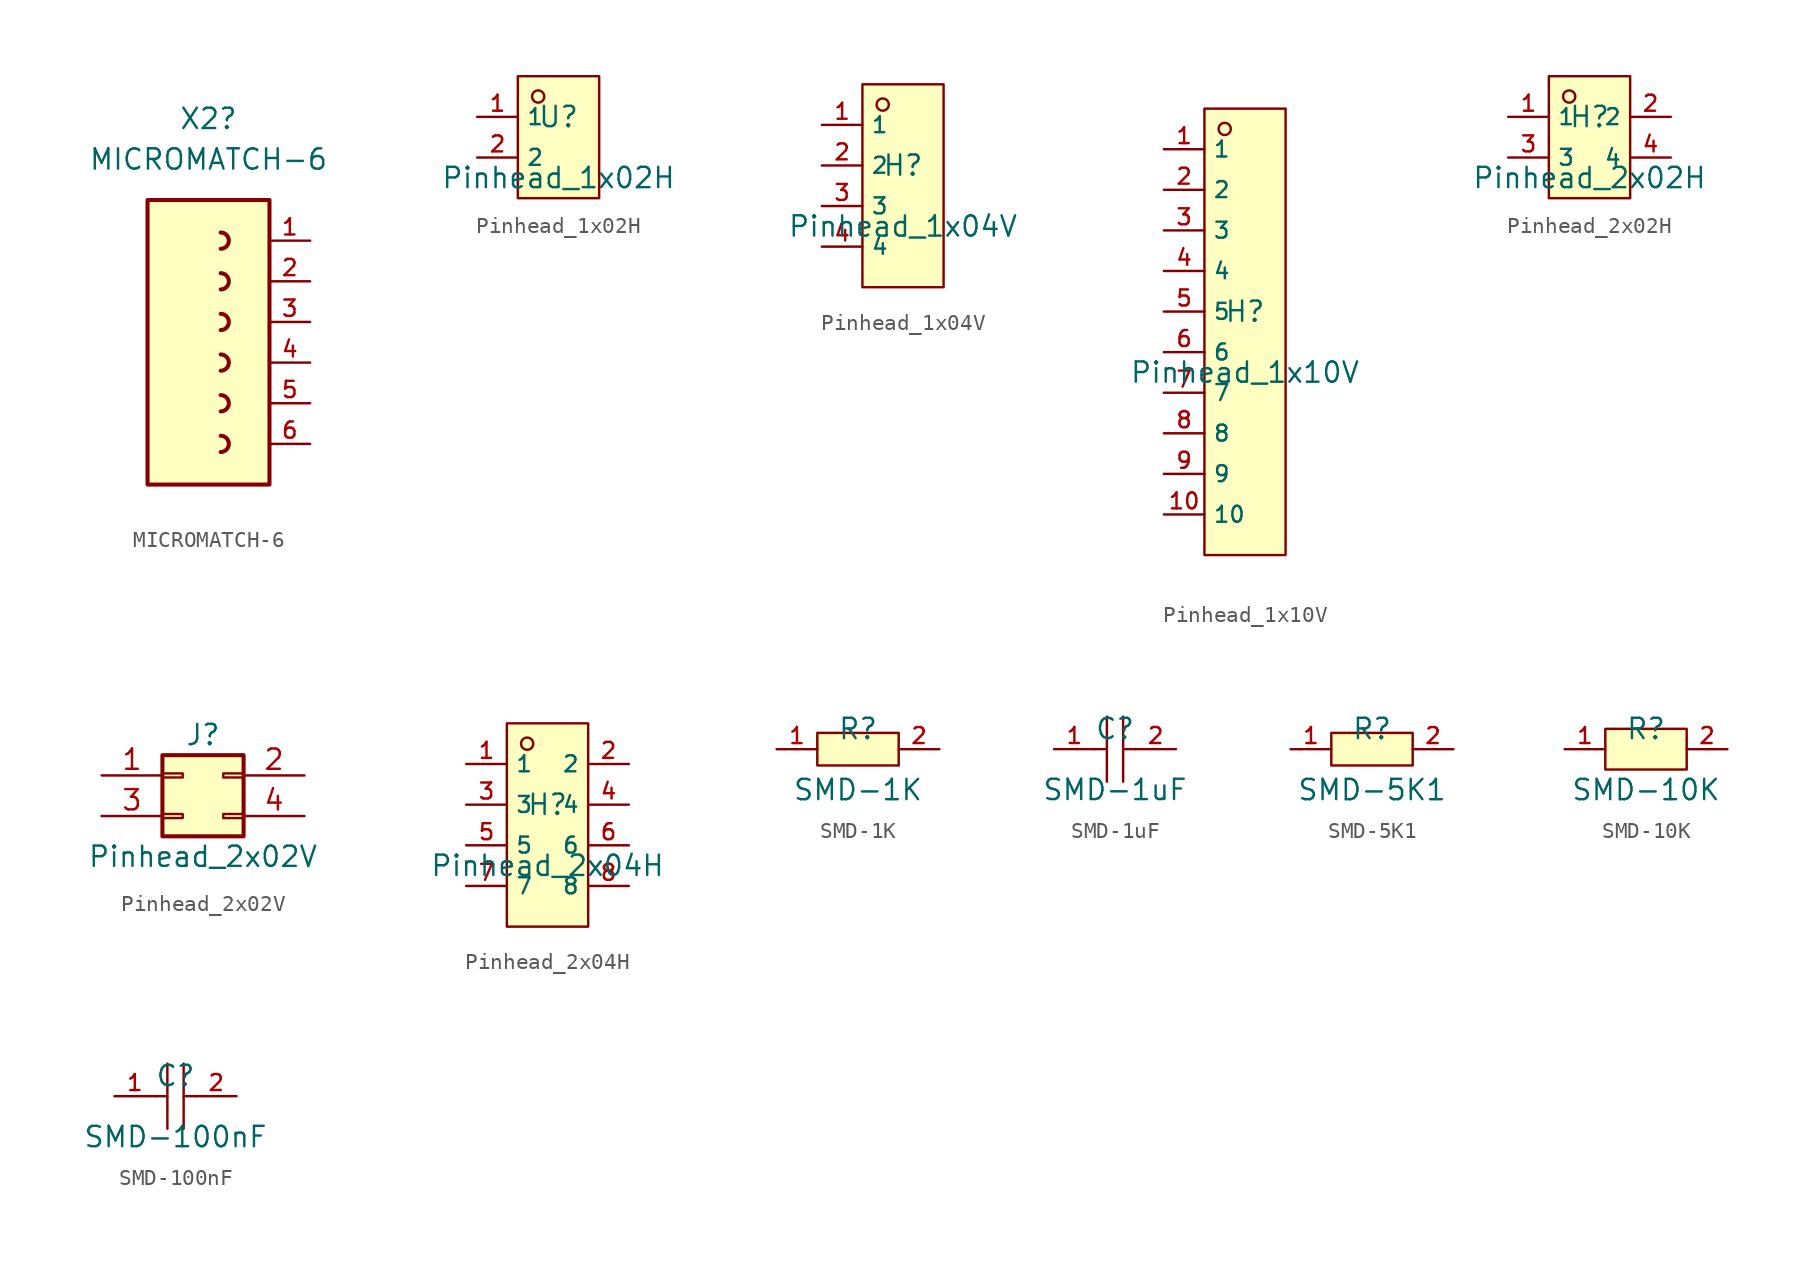
<source format=kicad_sym>
(kicad_symbol_lib
  (version 20220914)
  (generator kicad_symbol_editor)
  (symbol "MICROMATCH-6"
    (pin_names
      (offset 1.016))
    (property "Reference" "X2"
      (at -1.27 10.16 0)
      (effects (font (size 1.27 1.27))))
    (property "Value" "MICROMATCH-6"
      (at -1.27 7.62 0)
      (effects (font (size 1.27 1.27))))
    (symbol "MICROMATCH-6_0_0"
      (rectangle (start -5.08 -12.7) (end 2.54 5.08) (stroke (width 0.254) (type default)) (fill (type background)))
      (arc (start -0.508 -10.668) (mid -0.0022 -10.16) (end -0.508 -9.652) (stroke (width 0.254) (type default)) (fill (type none)))
      (arc (start -0.508 -8.128) (mid -0.0022 -7.62) (end -0.508 -7.112) (stroke (width 0.254) (type default)) (fill (type none)))
      (arc (start -0.508 -5.588) (mid -0.0022 -5.08) (end -0.508 -4.572) (stroke (width 0.254) (type default)) (fill (type none)))
      (arc (start -0.508 -3.048) (mid -0.0022 -2.54) (end -0.508 -2.032) (stroke (width 0.254) (type default)) (fill (type none)))
      (arc (start -0.508 -0.508) (mid -0.0022 0) (end -0.508 0.508) (stroke (width 0.254) (type default)) (fill (type none)))
      (arc (start -0.508 2.032) (mid -0.0022 2.54) (end -0.508 3.048) (stroke (width 0.254) (type default)) (fill (type none)))
      (pin bidirectional line (at 5.08 0 180) (length 2.54) (name "~" (effects (font (size 1.016 1.016)))) (number "2" (effects (font (size 1.016 1.016)))))
      (pin bidirectional line (at 5.08 -2.54 180) (length 2.54) (name "~" (effects (font (size 1.016 1.016)))) (number "3" (effects (font (size 1.016 1.016)))))
      (pin bidirectional line (at 5.08 -5.08 180) (length 2.54) (name "~" (effects (font (size 1.016 1.016)))) (number "4" (effects (font (size 1.016 1.016)))))
      (pin bidirectional line (at 5.08 -7.62 180) (length 2.54) (name "~" (effects (font (size 1.016 1.016)))) (number "5" (effects (font (size 1.016 1.016))))))
    (symbol "MICROMATCH-6_1_0"
      (pin unspecified line (at 5.08 2.54 180) (length 2.54) (name "~" (effects (font (size 1.016 1.016)))) (number "1" (effects (font (size 1.016 1.016)))))
      (pin unspecified line (at 5.08 -10.16 180) (length 2.54) (name "~" (effects (font (size 1.016 1.016)))) (number "6" (effects (font (size 1.016 1.016)))))))
  (symbol "Pinhead_1x02H"
    (property "Reference" "U"
      (at 0 1.27 0)
      (effects (font (size 1.27 1.27))))
    (property "Value" "Pinhead_1x02H"
      (at 0 -2.54 0)
      (effects (font (size 1.27 1.27))))
    (symbol "Pinhead_1x02H_0_1"
      (rectangle (start -2.54 3.81) (end 2.54 -3.81) (stroke (width 0) (type default)) (fill (type background)))
      (circle (center -1.27 2.54) (radius 0.381) (stroke (width 0) (type default)) (fill (type background)))
      (pin unspecified line (at -5.08 1.27 0) (length 2.54) (name "1" (effects (font (size 1 1)))) (number "1" (effects (font (size 1 1)))))
      (pin unspecified line (at -5.08 -1.27 0) (length 2.54) (name "2" (effects (font (size 1 1)))) (number "2" (effects (font (size 1 1)))))))
  (symbol "Pinhead_1x04V"
    (property "Reference" "H"
      (at 0 1.27 0)
      (effects (font (size 1.27 1.27))))
    (property "Value" "Pinhead_1x04V"
      (at 0 -2.54 0)
      (effects (font (size 1.27 1.27))))
    (symbol "Pinhead_1x04V_0_1"
      (rectangle (start -2.54 6.35) (end 2.54 -6.35) (stroke (width 0) (type default)) (fill (type background)))
      (circle (center -1.27 5.08) (radius 0.381) (stroke (width 0) (type default)) (fill (type background)))
      (pin unspecified line (at -5.08 3.81 0) (length 2.54) (name "1" (effects (font (size 1 1)))) (number "1" (effects (font (size 1 1)))))
      (pin unspecified line (at -5.08 1.27 0) (length 2.54) (name "2" (effects (font (size 1 1)))) (number "2" (effects (font (size 1 1)))))
      (pin unspecified line (at -5.08 -1.27 0) (length 2.54) (name "3" (effects (font (size 1 1)))) (number "3" (effects (font (size 1 1)))))
      (pin unspecified line (at -5.08 -3.81 0) (length 2.54) (name "4" (effects (font (size 1 1)))) (number "4" (effects (font (size 1 1)))))))
  (symbol "Pinhead_1x10V"
    (property "Reference" "H"
      (at 0 1.27 0)
      (effects (font (size 1.27 1.27))))
    (property "Value" "Pinhead_1x10V"
      (at 0 -2.54 0)
      (effects (font (size 1.27 1.27))))
    (symbol "Pinhead_1x10V_0_1"
      (rectangle (start -2.54 13.97) (end 2.54 -13.97) (stroke (width 0) (type default)) (fill (type background)))
      (circle (center -1.27 12.7) (radius 0.381) (stroke (width 0) (type default)) (fill (type background)))
      (pin unspecified line (at -5.08 11.43 0) (length 2.54) (name "1" (effects (font (size 1 1)))) (number "1" (effects (font (size 1 1)))))
      (pin unspecified line (at -5.08 -11.43 0) (length 2.54) (name "10" (effects (font (size 1 1)))) (number "10" (effects (font (size 1 1)))))
      (pin unspecified line (at -5.08 8.89 0) (length 2.54) (name "2" (effects (font (size 1 1)))) (number "2" (effects (font (size 1 1)))))
      (pin unspecified line (at -5.08 6.35 0) (length 2.54) (name "3" (effects (font (size 1 1)))) (number "3" (effects (font (size 1 1)))))
      (pin unspecified line (at -5.08 3.81 0) (length 2.54) (name "4" (effects (font (size 1 1)))) (number "4" (effects (font (size 1 1)))))
      (pin unspecified line (at -5.08 1.27 0) (length 2.54) (name "5" (effects (font (size 1 1)))) (number "5" (effects (font (size 1 1)))))
      (pin unspecified line (at -5.08 -1.27 0) (length 2.54) (name "6" (effects (font (size 1 1)))) (number "6" (effects (font (size 1 1)))))
      (pin unspecified line (at -5.08 -3.81 0) (length 2.54) (name "7" (effects (font (size 1 1)))) (number "7" (effects (font (size 1 1)))))
      (pin unspecified line (at -5.08 -6.35 0) (length 2.54) (name "8" (effects (font (size 1 1)))) (number "8" (effects (font (size 1 1)))))
      (pin unspecified line (at -5.08 -8.89 0) (length 2.54) (name "9" (effects (font (size 1 1)))) (number "9" (effects (font (size 1 1)))))))
  (symbol "Pinhead_2x02H"
    (property "Reference" "H"
      (at 0 1.27 0)
      (effects (font (size 1.27 1.27))))
    (property "Value" "Pinhead_2x02H"
      (at 0 -2.54 0)
      (effects (font (size 1.27 1.27))))
    (symbol "Pinhead_2x02H_0_1"
      (rectangle (start -2.54 3.81) (end 2.54 -3.81) (stroke (width 0) (type default)) (fill (type background)))
      (circle (center -1.27 2.54) (radius 0.381) (stroke (width 0) (type default)) (fill (type background)))
      (pin unspecified line (at -5.08 1.27 0) (length 2.54) (name "1" (effects (font (size 1 1)))) (number "1" (effects (font (size 1 1)))))
      (pin unspecified line (at 5.08 1.27 180) (length 2.54) (name "2" (effects (font (size 1 1)))) (number "2" (effects (font (size 1 1)))))
      (pin unspecified line (at -5.08 -1.27 0) (length 2.54) (name "3" (effects (font (size 1 1)))) (number "3" (effects (font (size 1 1)))))
      (pin unspecified line (at 5.08 -1.27 180) (length 2.54) (name "4" (effects (font (size 1 1)))) (number "4" (effects (font (size 1 1)))))))
  (symbol "Pinhead_2x02V"
    (pin_names
      (offset 1.016) hide)
    (property "Reference" "J"
      (at 1.27 2.54 0)
      (effects (font (size 1.27 1.27))))
    (property "Value" "Pinhead_2x02V"
      (at 1.27 -5.08 0)
      (effects (font (size 1.27 1.27))))
    (symbol "Pinhead_2x02V_1_1"
      (rectangle (start -1.27 -2.413) (end 0 -2.667) (stroke (width 0.152) (type default)) (fill (type none)))
      (rectangle (start -1.27 0.127) (end 0 -0.127) (stroke (width 0.152) (type default)) (fill (type none)))
      (rectangle (start -1.27 1.27) (end 3.81 -3.81) (stroke (width 0.254) (type default)) (fill (type background)))
      (rectangle (start 3.81 -2.413) (end 2.54 -2.667) (stroke (width 0.152) (type default)) (fill (type none)))
      (rectangle (start 3.81 0.127) (end 2.54 -0.127) (stroke (width 0.152) (type default)) (fill (type none)))
      (pin passive line (at -5.08 0 0) (length 3.81) (name "Pin_1" (effects (font (size 1.27 1.27)))) (number "1" (effects (font (size 1.27 1.27)))))
      (pin passive line (at 7.62 0 180) (length 3.81) (name "Pin_2" (effects (font (size 1.27 1.27)))) (number "2" (effects (font (size 1.27 1.27)))))
      (pin passive line (at -5.08 -2.54 0) (length 3.81) (name "Pin_3" (effects (font (size 1.27 1.27)))) (number "3" (effects (font (size 1.27 1.27)))))
      (pin passive line (at 7.62 -2.54 180) (length 3.81) (name "Pin_4" (effects (font (size 1.27 1.27)))) (number "4" (effects (font (size 1.27 1.27)))))))
  (symbol "Pinhead_2x04H"
    (property "Reference" "H"
      (at 0 1.27 0)
      (effects (font (size 1.27 1.27))))
    (property "Value" "Pinhead_2x04H"
      (at 0 -2.54 0)
      (effects (font (size 1.27 1.27))))
    (symbol "Pinhead_2x04H_0_1"
      (rectangle (start -2.54 6.35) (end 2.54 -6.35) (stroke (width 0) (type default)) (fill (type background)))
      (circle (center -1.27 5.08) (radius 0.381) (stroke (width 0) (type default)) (fill (type background)))
      (pin unspecified line (at -5.08 3.81 0) (length 2.54) (name "1" (effects (font (size 1 1)))) (number "1" (effects (font (size 1 1)))))
      (pin unspecified line (at 5.08 3.81 180) (length 2.54) (name "2" (effects (font (size 1 1)))) (number "2" (effects (font (size 1 1)))))
      (pin unspecified line (at -5.08 1.27 0) (length 2.54) (name "3" (effects (font (size 1 1)))) (number "3" (effects (font (size 1 1)))))
      (pin unspecified line (at 5.08 1.27 180) (length 2.54) (name "4" (effects (font (size 1 1)))) (number "4" (effects (font (size 1 1)))))
      (pin unspecified line (at -5.08 -1.27 0) (length 2.54) (name "5" (effects (font (size 1 1)))) (number "5" (effects (font (size 1 1)))))
      (pin unspecified line (at 5.08 -1.27 180) (length 2.54) (name "6" (effects (font (size 1 1)))) (number "6" (effects (font (size 1 1)))))
      (pin unspecified line (at -5.08 -3.81 0) (length 2.54) (name "7" (effects (font (size 1 1)))) (number "7" (effects (font (size 1 1)))))
      (pin unspecified line (at 5.08 -3.81 180) (length 2.54) (name "8" (effects (font (size 1 1)))) (number "8" (effects (font (size 1 1)))))))
  (symbol "SMD-1K"
    (pin_names hide)
    (property "Reference" "R"
      (at 0 1.27 0)
      (effects (font (size 1.27 1.27))))
    (property "Value" "SMD-1K"
      (at 0 -2.54 0)
      (effects (font (size 1.27 1.27))))
    (symbol "SMD-1K_0_1"
      (rectangle (start -2.54 1.016) (end 2.54 -1.016) (stroke (width 0) (type default)) (fill (type background))))
    (symbol "SMD-1K_1_1"
      (pin unspecified line (at -5.08 0 0) (length 2.54) (name "1" (effects (font (size 1 1)))) (number "1" (effects (font (size 1 1)))))
      (pin unspecified line (at 5.08 0 180) (length 2.54) (name "2" (effects (font (size 1 1)))) (number "2" (effects (font (size 1 1)))))))
  (symbol "SMD-1uF"
    (pin_names hide)
    (property "Reference" "C"
      (at 0 1.27 0)
      (effects (font (size 1.27 1.27))))
    (property "Value" "SMD-1uF"
      (at 0 -2.54 0)
      (effects (font (size 1.27 1.27))))
    (symbol "SMD-1uF_0_1"
      (polyline (pts (xy -1.27 0) (xy -0.508 0)) (stroke (width 0) (type default)) (fill (type none)))
      (polyline (pts (xy -0.508 2.032) (xy -0.508 -2.032)) (stroke (width 0) (type default)) (fill (type none)))
      (polyline (pts (xy 0.508 0) (xy 1.27 0)) (stroke (width 0) (type default)) (fill (type none)))
      (polyline (pts (xy 0.508 2.032) (xy 0.508 -2.032)) (stroke (width 0) (type default)) (fill (type none))))
    (symbol "SMD-1uF_1_1"
      (pin unspecified line (at -3.81 0 0) (length 2.54) (name "1" (effects (font (size 1 1)))) (number "1" (effects (font (size 1 1)))))
      (pin unspecified line (at 3.81 0 180) (length 2.54) (name "2" (effects (font (size 1 1)))) (number "2" (effects (font (size 1 1)))))))
  (symbol "SMD-5K1"
    (pin_names hide)
    (property "Reference" "R"
      (at 0 1.27 0)
      (effects (font (size 1.27 1.27))))
    (property "Value" "SMD-5K1"
      (at 0 -2.54 0)
      (effects (font (size 1.27 1.27))))
    (symbol "SMD-5K1_0_1"
      (rectangle (start -2.54 1.016) (end 2.54 -1.016) (stroke (width 0) (type default)) (fill (type background))))
    (symbol "SMD-5K1_1_1"
      (pin unspecified line (at -5.08 0 0) (length 2.54) (name "1" (effects (font (size 1 1)))) (number "1" (effects (font (size 1 1)))))
      (pin unspecified line (at 5.08 0 180) (length 2.54) (name "2" (effects (font (size 1 1)))) (number "2" (effects (font (size 1 1)))))))
  (symbol "SMD-10K"
    (pin_names hide)
    (property "Reference" "R"
      (at 0 1.27 0)
      (effects (font (size 1.27 1.27))))
    (property "Value" "SMD-10K"
      (at 0 -2.54 0)
      (effects (font (size 1.27 1.27))))
    (symbol "SMD-10K_0_1"
      (rectangle (start -2.54 1.27) (end 2.54 -1.27) (stroke (width 0) (type default)) (fill (type background)))
      (pin unspecified line (at -5.08 0 0) (length 2.54) (name "1" (effects (font (size 1 1)))) (number "1" (effects (font (size 1 1)))))
      (pin unspecified line (at 5.08 0 180) (length 2.54) (name "2" (effects (font (size 1 1)))) (number "2" (effects (font (size 1 1)))))))
  (symbol "SMD-100nF"
    (pin_names hide)
    (property "Reference" "C"
      (at 0 1.27 0)
      (effects (font (size 1.27 1.27))))
    (property "Value" "SMD-100nF"
      (at 0 -2.54 0)
      (effects (font (size 1.27 1.27))))
    (symbol "SMD-100nF_0_1"
      (polyline (pts (xy -1.27 0) (xy -0.508 0)) (stroke (width 0) (type default)) (fill (type none)))
      (polyline (pts (xy -0.508 2.032) (xy -0.508 -2.032)) (stroke (width 0) (type default)) (fill (type none)))
      (polyline (pts (xy 0.508 0) (xy 1.27 0)) (stroke (width 0) (type default)) (fill (type none)))
      (polyline (pts (xy 0.508 2.032) (xy 0.508 -2.032)) (stroke (width 0) (type default)) (fill (type none))))
    (symbol "SMD-100nF_1_1"
      (pin unspecified line (at -3.81 0 0) (length 2.54) (name "1" (effects (font (size 1 1)))) (number "1" (effects (font (size 1 1)))))
      (pin unspecified line (at 3.81 0 180) (length 2.54) (name "2" (effects (font (size 1 1)))) (number "2" (effects (font (size 1 1))))))))
</source>
